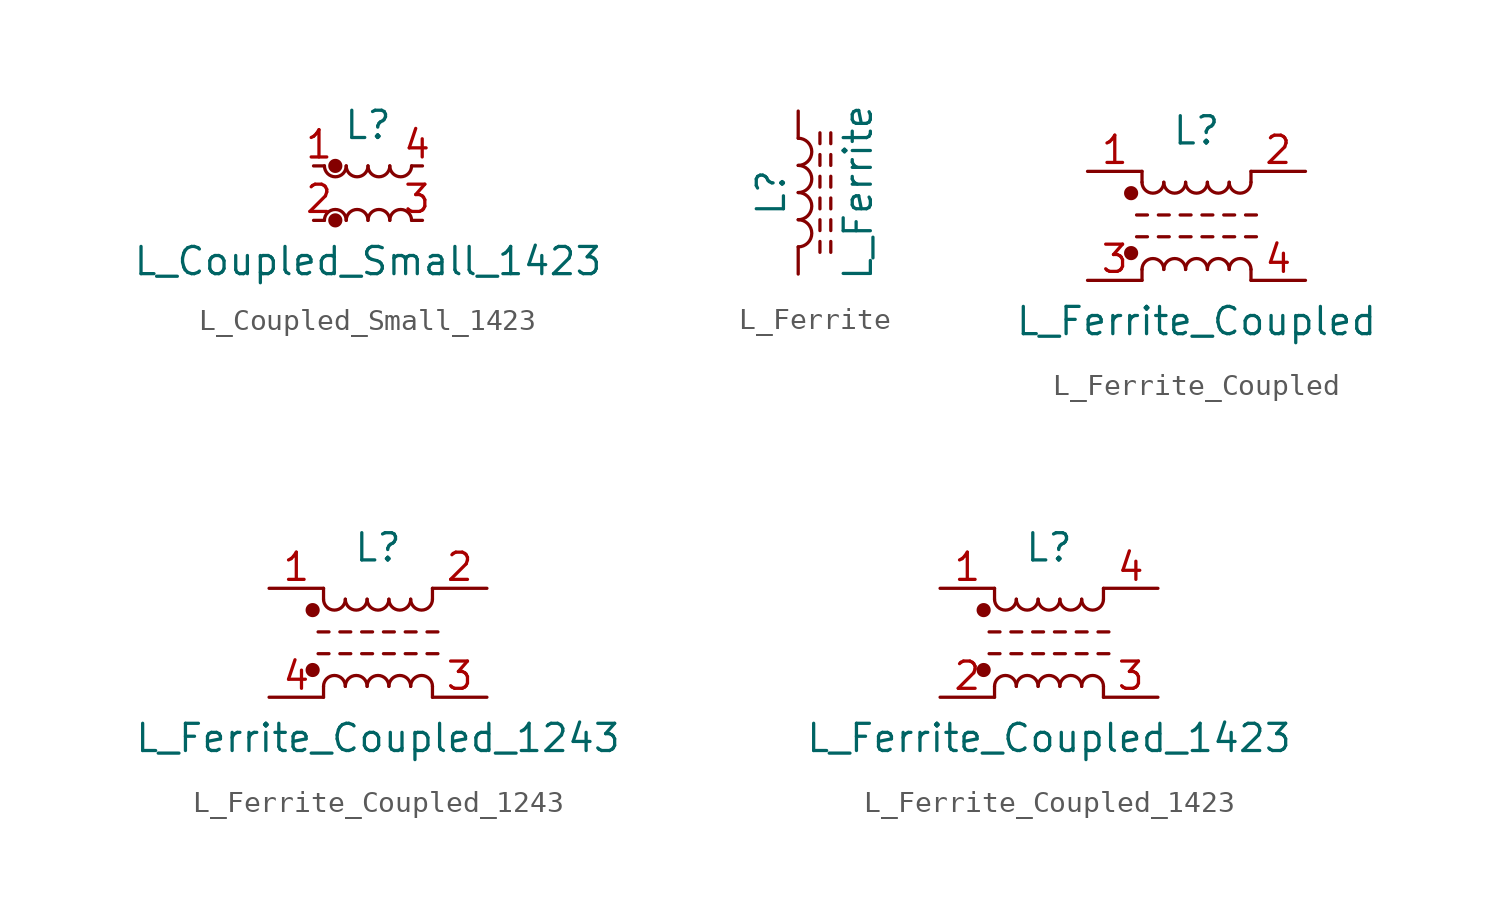
<source format=kicad_sym>
(kicad_symbol_lib
  (version 20241209)
  (generator "kicad_symbol_editor")
  (generator_version "9.0")
  (symbol "L_Coupled_Small_1423"
    (pin_names
      (offset 0.254)
      (hide yes))
    (property "Reference" "L"
      (at 0 3.175 0)
      (effects (font (size 1.27 1.27))))
    (property "Value" "L_Coupled_Small_1423"
      (at 0 -3.175 0)
      (effects (font (size 1.27 1.27))))
    (symbol "L_Coupled_Small_1423_0_1"
      (circle (center -1.524 1.27) (radius 0.254) (stroke (width 0) (type solid)) (fill (type outline)))
      (arc (start -1.016 1.27) (mid -1.524 0.762) (end -2.032 1.27) (stroke (width 0) (type solid)) (fill (type none)))
      (arc (start -2.032 -1.27) (mid -1.524 -0.762) (end -1.016 -1.27) (stroke (width 0) (type solid)) (fill (type none)))
      (circle (center -1.524 -1.27) (radius 0.254) (stroke (width 0) (type solid)) (fill (type outline)))
      (arc (start 0 1.27) (mid -0.508 0.762) (end -1.016 1.27) (stroke (width 0) (type solid)) (fill (type none)))
      (arc (start -1.016 -1.27) (mid -0.508 -0.762) (end 0 -1.27) (stroke (width 0) (type solid)) (fill (type none)))
      (arc (start 1.016 1.27) (mid 0.508 0.762) (end 0 1.27) (stroke (width 0) (type solid)) (fill (type none)))
      (arc (start 0 -1.27) (mid 0.508 -0.762) (end 1.016 -1.27) (stroke (width 0) (type solid)) (fill (type none)))
      (arc (start 2.032 1.27) (mid 1.524 0.762) (end 1.016 1.27) (stroke (width 0) (type solid)) (fill (type none)))
      (arc (start 1.016 -1.27) (mid 1.524 -0.762) (end 2.032 -1.27) (stroke (width 0) (type solid)) (fill (type none))))
    (symbol "L_Coupled_Small_1423_1_1"
      (pin passive line (at -2.54 1.27 0) (length 0.508) (name "1" (effects (font (size 1.27 1.27)))) (number "1" (effects (font (size 1.27 1.27)))))
      (pin passive line (at -2.54 -1.27 0) (length 0.508) (name "2" (effects (font (size 1.27 1.27)))) (number "2" (effects (font (size 1.27 1.27)))))
      (pin passive line (at 2.54 1.27 180) (length 0.508) (name "4" (effects (font (size 1.27 1.27)))) (number "4" (effects (font (size 1.27 1.27)))))
      (pin passive line (at 2.54 -1.27 180) (length 0.508) (name "3" (effects (font (size 1.27 1.27)))) (number "3" (effects (font (size 1.27 1.27)))))))
  (symbol "L_Ferrite"
    (pin_numbers
      (hide yes))
    (pin_names
      (offset 1.016)
      (hide yes))
    (property "Reference" "L"
      (at -1.27 0 90)
      (effects (font (size 1.27 1.27))))
    (property "Value" "L_Ferrite"
      (at 2.794 0 90)
      (effects (font (size 1.27 1.27))))
    (symbol "L_Ferrite_0_1"
      (arc (start 0 2.54) (mid 0.635 1.905) (end 0 1.27) (stroke (width 0) (type solid)) (fill (type none)))
      (arc (start 0 1.27) (mid 0.635 0.635) (end 0 0) (stroke (width 0) (type solid)) (fill (type none)))
      (arc (start 0 0) (mid 0.635 -0.635) (end 0 -1.27) (stroke (width 0) (type solid)) (fill (type none)))
      (arc (start 0 -1.27) (mid 0.635 -1.905) (end 0 -2.54) (stroke (width 0) (type solid)) (fill (type none)))
      (polyline (pts (xy 1.016 2.286) (xy 1.016 2.794)) (stroke (width 0) (type solid)) (fill (type none)))
      (polyline (pts (xy 1.016 1.27) (xy 1.016 1.778)) (stroke (width 0) (type solid)) (fill (type none)))
      (polyline (pts (xy 1.016 0.254) (xy 1.016 0.762)) (stroke (width 0) (type solid)) (fill (type none)))
      (polyline (pts (xy 1.016 -0.762) (xy 1.016 -0.254)) (stroke (width 0) (type solid)) (fill (type none)))
      (polyline (pts (xy 1.016 -1.778) (xy 1.016 -1.27)) (stroke (width 0) (type solid)) (fill (type none)))
      (polyline (pts (xy 1.016 -2.794) (xy 1.016 -2.286)) (stroke (width 0) (type solid)) (fill (type none)))
      (polyline (pts (xy 1.524 2.794) (xy 1.524 2.286)) (stroke (width 0) (type solid)) (fill (type none)))
      (polyline (pts (xy 1.524 1.778) (xy 1.524 1.27)) (stroke (width 0) (type solid)) (fill (type none)))
      (polyline (pts (xy 1.524 0.762) (xy 1.524 0.254)) (stroke (width 0) (type solid)) (fill (type none)))
      (polyline (pts (xy 1.524 -0.254) (xy 1.524 -0.762)) (stroke (width 0) (type solid)) (fill (type none)))
      (polyline (pts (xy 1.524 -1.27) (xy 1.524 -1.778)) (stroke (width 0) (type solid)) (fill (type none)))
      (polyline (pts (xy 1.524 -2.286) (xy 1.524 -2.794)) (stroke (width 0) (type solid)) (fill (type none))))
    (symbol "L_Ferrite_1_1"
      (pin passive line (at 0 3.81 270) (length 1.27) (name "1" (effects (font (size 1.27 1.27)))) (number "1" (effects (font (size 1.27 1.27)))))
      (pin passive line (at 0 -3.81 90) (length 1.27) (name "2" (effects (font (size 1.27 1.27)))) (number "2" (effects (font (size 1.27 1.27)))))))
  (symbol "L_Ferrite_Coupled"
    (pin_names
      (offset 0.254)
      (hide yes))
    (property "Reference" "L"
      (at 0 4.445 0)
      (effects (font (size 1.27 1.27))))
    (property "Value" "L_Ferrite_Coupled"
      (at 0 -4.445 0)
      (effects (font (size 1.27 1.27))))
    (symbol "L_Ferrite_Coupled_0_1"
      (circle (center -3.048 1.524) (radius 0.254) (stroke (width 0) (type solid)) (fill (type outline)))
      (circle (center -3.048 -1.27) (radius 0.254) (stroke (width 0) (type solid)) (fill (type outline)))
      (polyline (pts (xy -2.794 0.508) (xy -2.286 0.508)) (stroke (width 0) (type solid)) (fill (type none)))
      (polyline (pts (xy -2.794 -0.508) (xy -2.286 -0.508)) (stroke (width 0) (type solid)) (fill (type none)))
      (polyline (pts (xy -2.54 2.032) (xy -2.54 2.54)) (stroke (width 0) (type solid)) (fill (type none)))
      (polyline (pts (xy -2.54 -2.032) (xy -2.54 -2.54)) (stroke (width 0) (type solid)) (fill (type none)))
      (arc (start -1.524 2.032) (mid -2.032 1.524) (end -2.54 2.032) (stroke (width 0) (type solid)) (fill (type none)))
      (arc (start -2.54 -2.032) (mid -2.032 -1.524) (end -1.524 -2.032) (stroke (width 0) (type solid)) (fill (type none)))
      (polyline (pts (xy -1.778 0.508) (xy -1.27 0.508)) (stroke (width 0) (type solid)) (fill (type none)))
      (polyline (pts (xy -1.778 -0.508) (xy -1.27 -0.508)) (stroke (width 0) (type solid)) (fill (type none)))
      (arc (start -0.508 2.032) (mid -1.016 1.524) (end -1.524 2.032) (stroke (width 0) (type solid)) (fill (type none)))
      (arc (start -1.524 -2.032) (mid -1.016 -1.524) (end -0.508 -2.032) (stroke (width 0) (type solid)) (fill (type none)))
      (polyline (pts (xy -0.762 0.508) (xy -0.254 0.508)) (stroke (width 0) (type solid)) (fill (type none)))
      (polyline (pts (xy -0.762 -0.508) (xy -0.254 -0.508)) (stroke (width 0) (type solid)) (fill (type none)))
      (arc (start 0.508 2.032) (mid 0 1.524) (end -0.508 2.032) (stroke (width 0) (type solid)) (fill (type none)))
      (arc (start -0.508 -2.032) (mid 0 -1.524) (end 0.508 -2.032) (stroke (width 0) (type solid)) (fill (type none)))
      (polyline (pts (xy 0.254 0.508) (xy 0.762 0.508)) (stroke (width 0) (type solid)) (fill (type none)))
      (polyline (pts (xy 0.254 -0.508) (xy 0.762 -0.508)) (stroke (width 0) (type solid)) (fill (type none)))
      (arc (start 1.524 2.032) (mid 1.016 1.524) (end 0.508 2.032) (stroke (width 0) (type solid)) (fill (type none)))
      (arc (start 0.508 -2.032) (mid 1.016 -1.524) (end 1.524 -2.032) (stroke (width 0) (type solid)) (fill (type none)))
      (polyline (pts (xy 1.27 0.508) (xy 1.778 0.508)) (stroke (width 0) (type solid)) (fill (type none)))
      (polyline (pts (xy 1.27 -0.508) (xy 1.778 -0.508)) (stroke (width 0) (type solid)) (fill (type none)))
      (arc (start 2.54 2.032) (mid 2.032 1.524) (end 1.524 2.032) (stroke (width 0) (type solid)) (fill (type none)))
      (arc (start 1.524 -2.032) (mid 2.032 -1.524) (end 2.54 -2.032) (stroke (width 0) (type solid)) (fill (type none)))
      (polyline (pts (xy 2.286 0.508) (xy 2.794 0.508)) (stroke (width 0) (type solid)) (fill (type none)))
      (polyline (pts (xy 2.286 -0.508) (xy 2.794 -0.508)) (stroke (width 0) (type solid)) (fill (type none)))
      (polyline (pts (xy 2.54 2.54) (xy 2.54 2.032)) (stroke (width 0) (type solid)) (fill (type none)))
      (polyline (pts (xy 2.54 -2.032) (xy 2.54 -2.54)) (stroke (width 0) (type solid)) (fill (type none))))
    (symbol "L_Ferrite_Coupled_1_1"
      (pin passive line (at -5.08 2.54 0) (length 2.54) (name "1" (effects (font (size 1.27 1.27)))) (number "1" (effects (font (size 1.27 1.27)))))
      (pin passive line (at -5.08 -2.54 0) (length 2.54) (name "3" (effects (font (size 1.27 1.27)))) (number "3" (effects (font (size 1.27 1.27)))))
      (pin passive line (at 5.08 2.54 180) (length 2.54) (name "2" (effects (font (size 1.27 1.27)))) (number "2" (effects (font (size 1.27 1.27)))))
      (pin passive line (at 5.08 -2.54 180) (length 2.54) (name "4" (effects (font (size 1.27 1.27)))) (number "4" (effects (font (size 1.27 1.27)))))))
  (symbol "L_Ferrite_Coupled_1243"
    (pin_names
      (offset 0.254)
      (hide yes))
    (property "Reference" "L"
      (at 0 4.445 0)
      (effects (font (size 1.27 1.27))))
    (property "Value" "L_Ferrite_Coupled_1243"
      (at 0 -4.445 0)
      (effects (font (size 1.27 1.27))))
    (symbol "L_Ferrite_Coupled_1243_0_1"
      (circle (center -3.048 1.524) (radius 0.254) (stroke (width 0) (type solid)) (fill (type outline)))
      (circle (center -3.048 -1.27) (radius 0.254) (stroke (width 0) (type solid)) (fill (type outline)))
      (polyline (pts (xy -2.794 0.508) (xy -2.286 0.508)) (stroke (width 0) (type solid)) (fill (type none)))
      (polyline (pts (xy -2.794 -0.508) (xy -2.286 -0.508)) (stroke (width 0) (type solid)) (fill (type none)))
      (polyline (pts (xy -2.54 2.032) (xy -2.54 2.54)) (stroke (width 0) (type solid)) (fill (type none)))
      (polyline (pts (xy -2.54 -2.032) (xy -2.54 -2.54)) (stroke (width 0) (type solid)) (fill (type none)))
      (arc (start -1.524 2.032) (mid -2.032 1.524) (end -2.54 2.032) (stroke (width 0) (type solid)) (fill (type none)))
      (arc (start -2.54 -2.032) (mid -2.032 -1.524) (end -1.524 -2.032) (stroke (width 0) (type solid)) (fill (type none)))
      (polyline (pts (xy -1.778 0.508) (xy -1.27 0.508)) (stroke (width 0) (type solid)) (fill (type none)))
      (polyline (pts (xy -1.778 -0.508) (xy -1.27 -0.508)) (stroke (width 0) (type solid)) (fill (type none)))
      (arc (start -0.508 2.032) (mid -1.016 1.524) (end -1.524 2.032) (stroke (width 0) (type solid)) (fill (type none)))
      (arc (start -1.524 -2.032) (mid -1.016 -1.524) (end -0.508 -2.032) (stroke (width 0) (type solid)) (fill (type none)))
      (polyline (pts (xy -0.762 0.508) (xy -0.254 0.508)) (stroke (width 0) (type solid)) (fill (type none)))
      (polyline (pts (xy -0.762 -0.508) (xy -0.254 -0.508)) (stroke (width 0) (type solid)) (fill (type none)))
      (arc (start 0.508 2.032) (mid 0 1.524) (end -0.508 2.032) (stroke (width 0) (type solid)) (fill (type none)))
      (arc (start -0.508 -2.032) (mid 0 -1.524) (end 0.508 -2.032) (stroke (width 0) (type solid)) (fill (type none)))
      (polyline (pts (xy 0.254 0.508) (xy 0.762 0.508)) (stroke (width 0) (type solid)) (fill (type none)))
      (polyline (pts (xy 0.254 -0.508) (xy 0.762 -0.508)) (stroke (width 0) (type solid)) (fill (type none)))
      (arc (start 1.524 2.032) (mid 1.016 1.524) (end 0.508 2.032) (stroke (width 0) (type solid)) (fill (type none)))
      (arc (start 0.508 -2.032) (mid 1.016 -1.524) (end 1.524 -2.032) (stroke (width 0) (type solid)) (fill (type none)))
      (polyline (pts (xy 1.27 0.508) (xy 1.778 0.508)) (stroke (width 0) (type solid)) (fill (type none)))
      (polyline (pts (xy 1.27 -0.508) (xy 1.778 -0.508)) (stroke (width 0) (type solid)) (fill (type none)))
      (arc (start 2.54 2.032) (mid 2.032 1.524) (end 1.524 2.032) (stroke (width 0) (type solid)) (fill (type none)))
      (arc (start 1.524 -2.032) (mid 2.032 -1.524) (end 2.54 -2.032) (stroke (width 0) (type solid)) (fill (type none)))
      (polyline (pts (xy 2.286 0.508) (xy 2.794 0.508)) (stroke (width 0) (type solid)) (fill (type none)))
      (polyline (pts (xy 2.286 -0.508) (xy 2.794 -0.508)) (stroke (width 0) (type solid)) (fill (type none)))
      (polyline (pts (xy 2.54 2.54) (xy 2.54 2.032)) (stroke (width 0) (type solid)) (fill (type none)))
      (polyline (pts (xy 2.54 -2.032) (xy 2.54 -2.54)) (stroke (width 0) (type solid)) (fill (type none))))
    (symbol "L_Ferrite_Coupled_1243_1_1"
      (pin passive line (at -5.08 2.54 0) (length 2.54) (name "1" (effects (font (size 1.27 1.27)))) (number "1" (effects (font (size 1.27 1.27)))))
      (pin passive line (at -5.08 -2.54 0) (length 2.54) (name "4" (effects (font (size 1.27 1.27)))) (number "4" (effects (font (size 1.27 1.27)))))
      (pin passive line (at 5.08 2.54 180) (length 2.54) (name "2" (effects (font (size 1.27 1.27)))) (number "2" (effects (font (size 1.27 1.27)))))
      (pin passive line (at 5.08 -2.54 180) (length 2.54) (name "3" (effects (font (size 1.27 1.27)))) (number "3" (effects (font (size 1.27 1.27)))))))
  (symbol "L_Ferrite_Coupled_1423"
    (pin_names
      (offset 0.254)
      (hide yes))
    (property "Reference" "L"
      (at 0 4.445 0)
      (effects (font (size 1.27 1.27))))
    (property "Value" "L_Ferrite_Coupled_1423"
      (at 0 -4.445 0)
      (effects (font (size 1.27 1.27))))
    (symbol "L_Ferrite_Coupled_1423_0_1"
      (circle (center -3.048 1.524) (radius 0.254) (stroke (width 0) (type solid)) (fill (type outline)))
      (circle (center -3.048 -1.27) (radius 0.254) (stroke (width 0) (type solid)) (fill (type outline)))
      (polyline (pts (xy -2.794 0.508) (xy -2.286 0.508)) (stroke (width 0) (type solid)) (fill (type none)))
      (polyline (pts (xy -2.794 -0.508) (xy -2.286 -0.508)) (stroke (width 0) (type solid)) (fill (type none)))
      (polyline (pts (xy -2.54 2.032) (xy -2.54 2.54)) (stroke (width 0) (type solid)) (fill (type none)))
      (polyline (pts (xy -2.54 -2.032) (xy -2.54 -2.54)) (stroke (width 0) (type solid)) (fill (type none)))
      (arc (start -1.524 2.032) (mid -2.032 1.524) (end -2.54 2.032) (stroke (width 0) (type solid)) (fill (type none)))
      (arc (start -2.54 -2.032) (mid -2.032 -1.524) (end -1.524 -2.032) (stroke (width 0) (type solid)) (fill (type none)))
      (polyline (pts (xy -1.778 0.508) (xy -1.27 0.508)) (stroke (width 0) (type solid)) (fill (type none)))
      (polyline (pts (xy -1.778 -0.508) (xy -1.27 -0.508)) (stroke (width 0) (type solid)) (fill (type none)))
      (arc (start -0.508 2.032) (mid -1.016 1.524) (end -1.524 2.032) (stroke (width 0) (type solid)) (fill (type none)))
      (arc (start -1.524 -2.032) (mid -1.016 -1.524) (end -0.508 -2.032) (stroke (width 0) (type solid)) (fill (type none)))
      (polyline (pts (xy -0.762 0.508) (xy -0.254 0.508)) (stroke (width 0) (type solid)) (fill (type none)))
      (polyline (pts (xy -0.762 -0.508) (xy -0.254 -0.508)) (stroke (width 0) (type solid)) (fill (type none)))
      (arc (start 0.508 2.032) (mid 0 1.524) (end -0.508 2.032) (stroke (width 0) (type solid)) (fill (type none)))
      (arc (start -0.508 -2.032) (mid 0 -1.524) (end 0.508 -2.032) (stroke (width 0) (type solid)) (fill (type none)))
      (polyline (pts (xy 0.254 0.508) (xy 0.762 0.508)) (stroke (width 0) (type solid)) (fill (type none)))
      (polyline (pts (xy 0.254 -0.508) (xy 0.762 -0.508)) (stroke (width 0) (type solid)) (fill (type none)))
      (arc (start 1.524 2.032) (mid 1.016 1.524) (end 0.508 2.032) (stroke (width 0) (type solid)) (fill (type none)))
      (arc (start 0.508 -2.032) (mid 1.016 -1.524) (end 1.524 -2.032) (stroke (width 0) (type solid)) (fill (type none)))
      (polyline (pts (xy 1.27 0.508) (xy 1.778 0.508)) (stroke (width 0) (type solid)) (fill (type none)))
      (polyline (pts (xy 1.27 -0.508) (xy 1.778 -0.508)) (stroke (width 0) (type solid)) (fill (type none)))
      (arc (start 2.54 2.032) (mid 2.032 1.524) (end 1.524 2.032) (stroke (width 0) (type solid)) (fill (type none)))
      (arc (start 1.524 -2.032) (mid 2.032 -1.524) (end 2.54 -2.032) (stroke (width 0) (type solid)) (fill (type none)))
      (polyline (pts (xy 2.286 0.508) (xy 2.794 0.508)) (stroke (width 0) (type solid)) (fill (type none)))
      (polyline (pts (xy 2.286 -0.508) (xy 2.794 -0.508)) (stroke (width 0) (type solid)) (fill (type none)))
      (polyline (pts (xy 2.54 2.54) (xy 2.54 2.032)) (stroke (width 0) (type solid)) (fill (type none)))
      (polyline (pts (xy 2.54 -2.032) (xy 2.54 -2.54)) (stroke (width 0) (type solid)) (fill (type none))))
    (symbol "L_Ferrite_Coupled_1423_1_1"
      (pin passive line (at -5.08 2.54 0) (length 2.54) (name "1" (effects (font (size 1.27 1.27)))) (number "1" (effects (font (size 1.27 1.27)))))
      (pin passive line (at -5.08 -2.54 0) (length 2.54) (name "2" (effects (font (size 1.27 1.27)))) (number "2" (effects (font (size 1.27 1.27)))))
      (pin passive line (at 5.08 2.54 180) (length 2.54) (name "4" (effects (font (size 1.27 1.27)))) (number "4" (effects (font (size 1.27 1.27)))))
      (pin passive line (at 5.08 -2.54 180) (length 2.54) (name "3" (effects (font (size 1.27 1.27)))) (number "3" (effects (font (size 1.27 1.27))))))))
</source>
